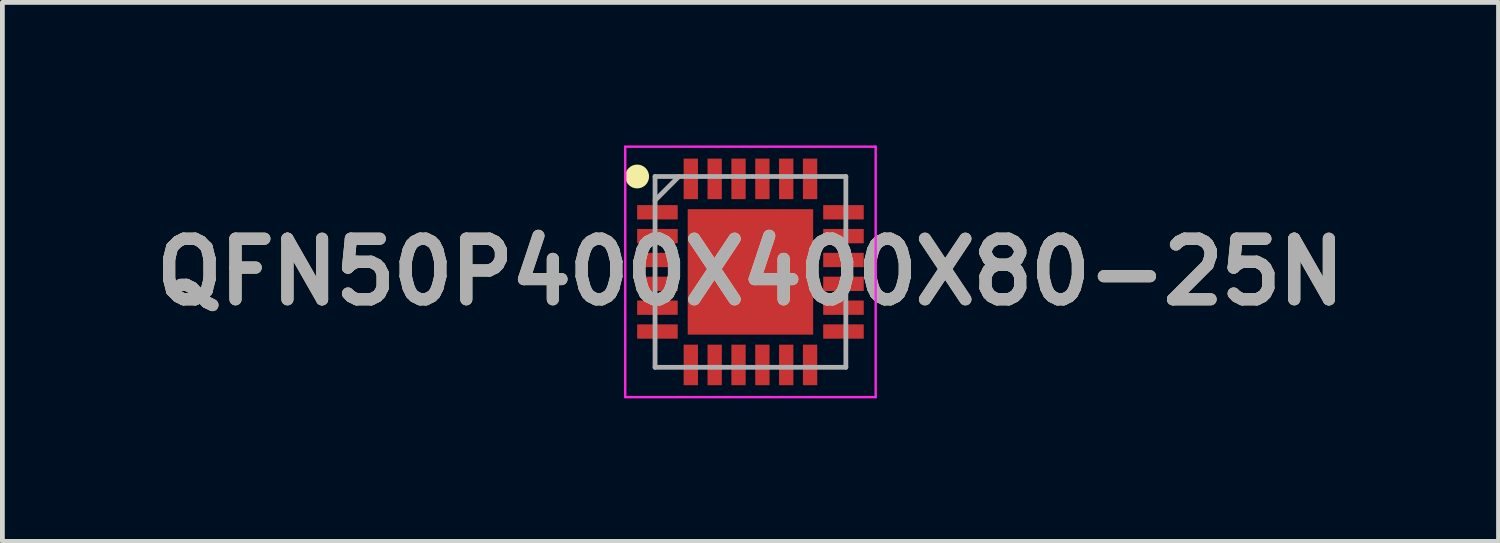
<source format=kicad_pcb>
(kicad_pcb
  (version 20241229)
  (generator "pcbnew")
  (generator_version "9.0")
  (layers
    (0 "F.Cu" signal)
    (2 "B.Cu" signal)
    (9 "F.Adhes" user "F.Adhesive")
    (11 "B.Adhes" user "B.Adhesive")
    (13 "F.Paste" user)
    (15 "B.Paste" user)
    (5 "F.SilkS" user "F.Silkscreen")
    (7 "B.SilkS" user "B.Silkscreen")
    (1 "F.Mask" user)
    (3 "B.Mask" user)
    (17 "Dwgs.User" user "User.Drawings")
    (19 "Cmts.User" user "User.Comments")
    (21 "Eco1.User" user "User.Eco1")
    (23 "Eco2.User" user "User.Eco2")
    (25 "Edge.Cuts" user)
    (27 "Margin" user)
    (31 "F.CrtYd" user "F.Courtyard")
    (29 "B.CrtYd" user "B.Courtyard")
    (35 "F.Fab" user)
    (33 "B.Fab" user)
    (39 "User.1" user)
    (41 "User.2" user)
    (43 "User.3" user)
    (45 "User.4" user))
  (footprint "QFN50P400X400X80-25N"
    (layer "F.Cu")
    (at 12.682 2.65)
    (property "Reference" "QFN50P400X400X80-25N" (at 0 0 0) (layer "F.SilkS") (effects (font (size 1.27 1.27) (thickness 0.254))))
    (attr smd)
    (fp_circle (center -2.375 -2) (end -2.375 -1.875) (stroke (width 0.25) (type solid)) (fill no) (layer "F.SilkS"))
    (fp_line (start -2.625 -2.625) (end 2.625 -2.625) (stroke (width 0.05) (type solid)) (layer "F.CrtYd"))
    (fp_line (start -2.625 2.625) (end -2.625 -2.625) (stroke (width 0.05) (type solid)) (layer "F.CrtYd"))
    (fp_line (start 2.625 -2.625) (end 2.625 2.625) (stroke (width 0.05) (type solid)) (layer "F.CrtYd"))
    (fp_line (start 2.625 2.625) (end -2.625 2.625) (stroke (width 0.05) (type solid)) (layer "F.CrtYd"))
    (fp_line (start -2 -2) (end 2 -2) (stroke (width 0.1) (type solid)) (layer "F.Fab"))
    (fp_line (start -2 -1.5) (end -1.5 -2) (stroke (width 0.1) (type solid)) (layer "F.Fab"))
    (fp_line (start -2 2) (end -2 -2) (stroke (width 0.1) (type solid)) (layer "F.Fab"))
    (fp_line (start 2 -2) (end 2 2) (stroke (width 0.1) (type solid)) (layer "F.Fab"))
    (fp_line (start 2 2) (end -2 2) (stroke (width 0.1) (type solid)) (layer "F.Fab"))
    (fp_text user "${REFERENCE}" (at 0 0 0) (layer "F.Fab") (effects (font (size 1.27 1.27) (thickness 0.254))))
    (pad "1" smd rect (at -1.95 -1.25 90) (size 0.3 0.85) (layers "F.Cu" "F.Mask" "F.Paste"))
    (pad "2" smd rect (at -1.95 -0.75 90) (size 0.3 0.85) (layers "F.Cu" "F.Mask" "F.Paste"))
    (pad "3" smd rect (at -1.95 -0.25 90) (size 0.3 0.85) (layers "F.Cu" "F.Mask" "F.Paste"))
    (pad "4" smd rect (at -1.95 0.25 90) (size 0.3 0.85) (layers "F.Cu" "F.Mask" "F.Paste"))
    (pad "5" smd rect (at -1.95 0.75 90) (size 0.3 0.85) (layers "F.Cu" "F.Mask" "F.Paste"))
    (pad "6" smd rect (at -1.95 1.25 90) (size 0.3 0.85) (layers "F.Cu" "F.Mask" "F.Paste"))
    (pad "7" smd rect (at -1.25 1.95) (size 0.3 0.85) (layers "F.Cu" "F.Mask" "F.Paste"))
    (pad "8" smd rect (at -0.75 1.95) (size 0.3 0.85) (layers "F.Cu" "F.Mask" "F.Paste"))
    (pad "9" smd rect (at -0.25 1.95) (size 0.3 0.85) (layers "F.Cu" "F.Mask" "F.Paste"))
    (pad "10" smd rect (at 0.25 1.95) (size 0.3 0.85) (layers "F.Cu" "F.Mask" "F.Paste"))
    (pad "11" smd rect (at 0.75 1.95) (size 0.3 0.85) (layers "F.Cu" "F.Mask" "F.Paste"))
    (pad "12" smd rect (at 1.25 1.95) (size 0.3 0.85) (layers "F.Cu" "F.Mask" "F.Paste"))
    (pad "13" smd rect (at 1.95 1.25 90) (size 0.3 0.85) (layers "F.Cu" "F.Mask" "F.Paste"))
    (pad "14" smd rect (at 1.95 0.75 90) (size 0.3 0.85) (layers "F.Cu" "F.Mask" "F.Paste"))
    (pad "15" smd rect (at 1.95 0.25 90) (size 0.3 0.85) (layers "F.Cu" "F.Mask" "F.Paste"))
    (pad "16" smd rect (at 1.95 -0.25 90) (size 0.3 0.85) (layers "F.Cu" "F.Mask" "F.Paste"))
    (pad "17" smd rect (at 1.95 -0.75 90) (size 0.3 0.85) (layers "F.Cu" "F.Mask" "F.Paste"))
    (pad "18" smd rect (at 1.95 -1.25 90) (size 0.3 0.85) (layers "F.Cu" "F.Mask" "F.Paste"))
    (pad "19" smd rect (at 1.25 -1.95) (size 0.3 0.85) (layers "F.Cu" "F.Mask" "F.Paste"))
    (pad "20" smd rect (at 0.75 -1.95) (size 0.3 0.85) (layers "F.Cu" "F.Mask" "F.Paste"))
    (pad "21" smd rect (at 0.25 -1.95) (size 0.3 0.85) (layers "F.Cu" "F.Mask" "F.Paste"))
    (pad "22" smd rect (at -0.25 -1.95) (size 0.3 0.85) (layers "F.Cu" "F.Mask" "F.Paste"))
    (pad "23" smd rect (at -0.75 -1.95) (size 0.3 0.85) (layers "F.Cu" "F.Mask" "F.Paste"))
    (pad "24" smd rect (at -1.25 -1.95) (size 0.3 0.85) (layers "F.Cu" "F.Mask" "F.Paste"))
    (pad "25" smd rect (at 0 0) (size 2.63 2.63) (layers "F.Cu" "F.Mask" "F.Paste")))
  (gr_rect
    (start -3 -3)
    (end 28.364 8.3)
    (stroke (width 0.1) (type default))
    (fill no)
    (layer "Edge.Cuts")))
</source>
